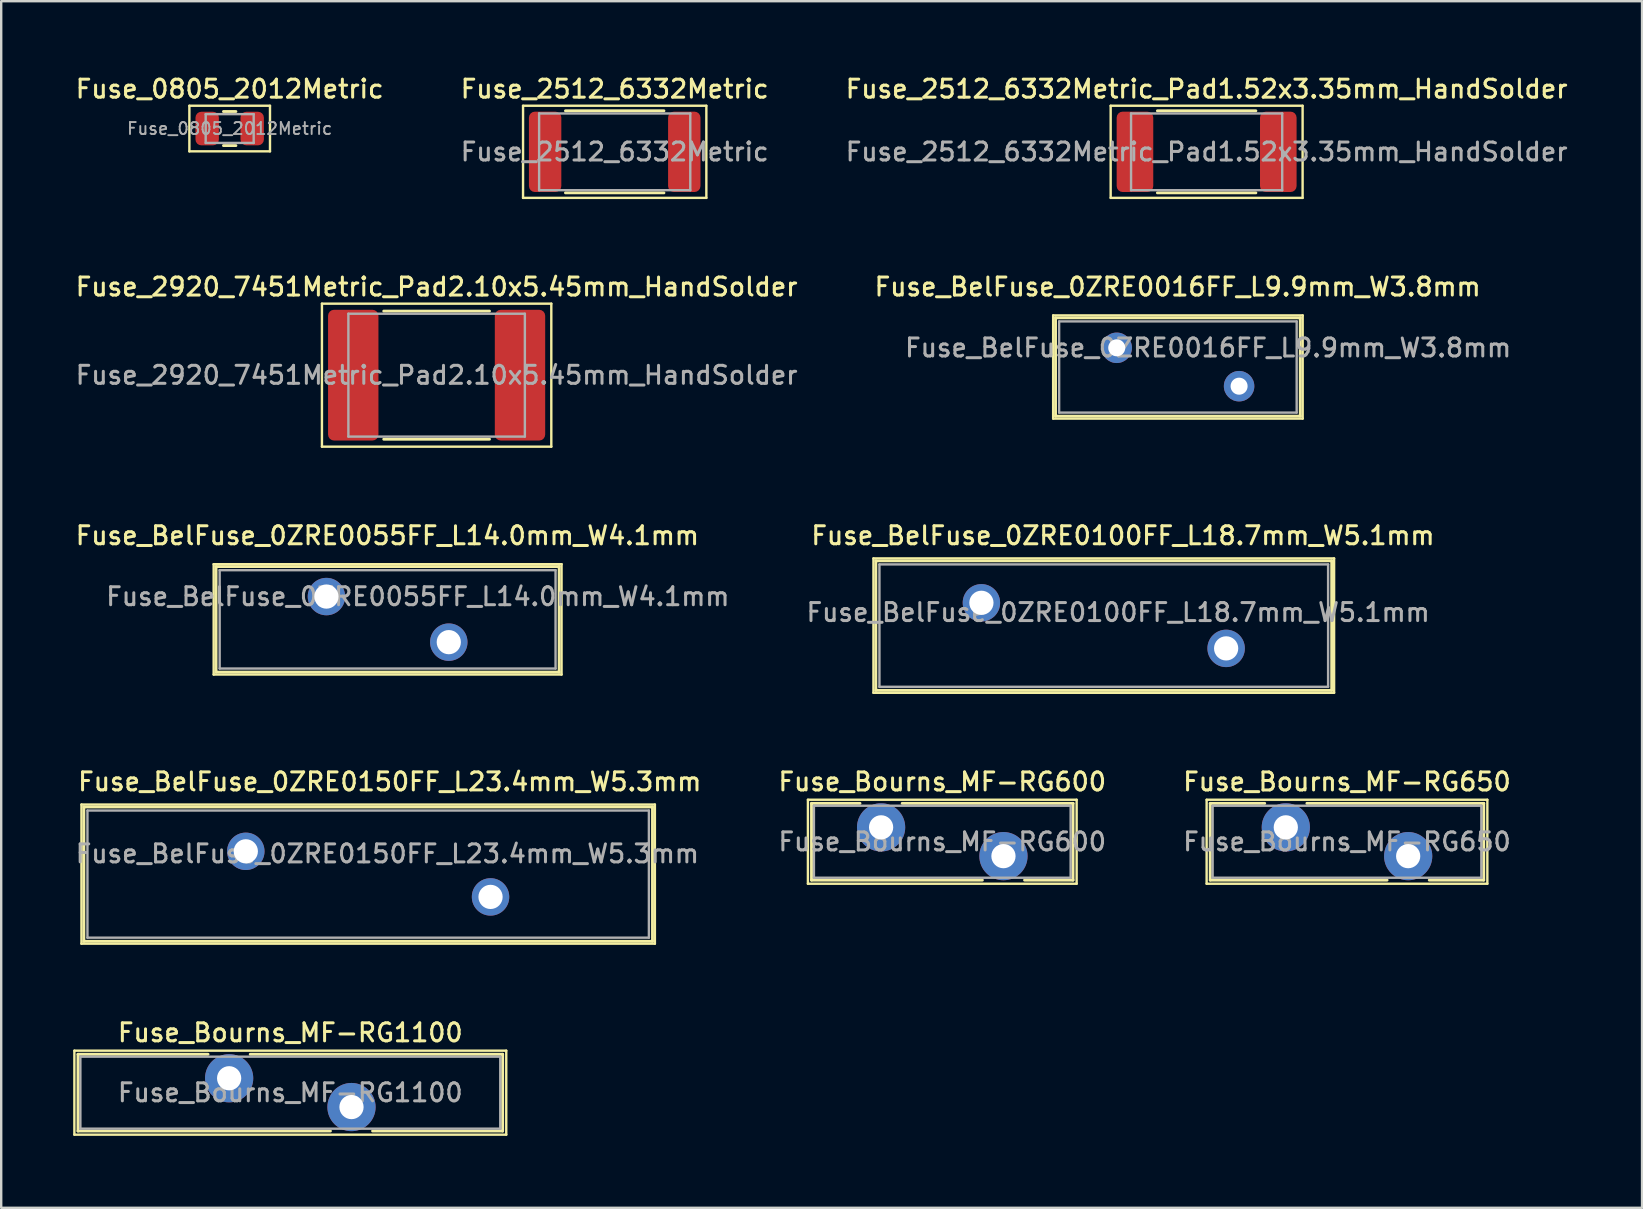
<source format=kicad_pcb>
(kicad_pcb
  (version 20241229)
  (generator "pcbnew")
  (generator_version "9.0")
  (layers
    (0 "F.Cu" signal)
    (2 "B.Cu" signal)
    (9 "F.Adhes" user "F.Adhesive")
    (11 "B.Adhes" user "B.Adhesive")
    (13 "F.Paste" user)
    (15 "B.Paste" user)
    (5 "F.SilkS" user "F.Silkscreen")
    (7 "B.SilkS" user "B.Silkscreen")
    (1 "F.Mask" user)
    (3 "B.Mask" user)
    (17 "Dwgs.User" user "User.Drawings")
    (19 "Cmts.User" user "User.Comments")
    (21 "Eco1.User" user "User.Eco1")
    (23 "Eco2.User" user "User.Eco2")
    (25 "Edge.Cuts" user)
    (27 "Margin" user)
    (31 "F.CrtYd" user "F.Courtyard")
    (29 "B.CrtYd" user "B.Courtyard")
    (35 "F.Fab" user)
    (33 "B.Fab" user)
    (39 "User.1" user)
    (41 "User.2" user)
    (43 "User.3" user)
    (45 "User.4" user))
  (footprint "Fuse_Bourns_MF-RG650"
    (layer "F.Cu")
    (at 50.541 31.433)
    (property "Reference" "Fuse_Bourns_MF-RG650" (at 2.55 -1.9 0) (layer "F.SilkS") (effects (font (size 0.75 0.75) (thickness 0.125))))
    (attr through_hole)
    (fp_line (start -3.3 -1.15) (end -3.3 2.35) (stroke (width 0.1) (type solid)) (layer "F.SilkS"))
    (fp_line (start -3.3 2.35) (end 8.4 2.35) (stroke (width 0.1) (type solid)) (layer "F.SilkS"))
    (fp_line (start -3.15 -1) (end -3.15 2.2) (stroke (width 0.12) (type solid)) (layer "F.SilkS"))
    (fp_line (start -3.15 -1) (end -0.879 -1) (stroke (width 0.12) (type solid)) (layer "F.SilkS"))
    (fp_line (start -3.15 2.2) (end 4.222 2.2) (stroke (width 0.12) (type solid)) (layer "F.SilkS"))
    (fp_line (start 0.879 -1) (end 8.25 -1) (stroke (width 0.12) (type solid)) (layer "F.SilkS"))
    (fp_line (start 5.979 2.2) (end 8.25 2.2) (stroke (width 0.12) (type solid)) (layer "F.SilkS"))
    (fp_line (start 8.25 -1) (end 8.25 2.2) (stroke (width 0.12) (type solid)) (layer "F.SilkS"))
    (fp_line (start 8.4 -1.15) (end -3.3 -1.15) (stroke (width 0.1) (type solid)) (layer "F.SilkS"))
    (fp_line (start 8.4 2.35) (end 8.4 -1.15) (stroke (width 0.1) (type solid)) (layer "F.SilkS"))
    (fp_line (start -3.05 -0.9) (end -3.05 2.1) (stroke (width 0.1) (type solid)) (layer "F.Fab"))
    (fp_line (start -3.05 2.1) (end 8.15 2.1) (stroke (width 0.1) (type solid)) (layer "F.Fab"))
    (fp_line (start 8.15 -0.9) (end -3.05 -0.9) (stroke (width 0.1) (type solid)) (layer "F.Fab"))
    (fp_line (start 8.15 2.1) (end 8.15 -0.9) (stroke (width 0.1) (type solid)) (layer "F.Fab"))
    (fp_text user "${REFERENCE}" (at 2.55 0.6 0) (layer "F.Fab") (effects (font (size 0.75 0.75) (thickness 0.125))))
    (pad "1" thru_hole circle (at 0 0) (size 2.01 2.01) (drill 1.01) (layers "*.Cu" "*.Mask"))
    (pad "2" thru_hole circle (at 5.1 1.2) (size 2.01 2.01) (drill 1.01) (layers "*.Cu" "*.Mask")))
  (footprint "Fuse_Bourns_MF-RG600"
    (layer "F.Cu")
    (at 33.673 31.433)
    (property "Reference" "Fuse_Bourns_MF-RG600" (at 2.55 -1.9 0) (layer "F.SilkS") (effects (font (size 0.75 0.75) (thickness 0.125))))
    (attr through_hole)
    (fp_line (start -3.05 -1.15) (end -3.05 2.35) (stroke (width 0.1) (type solid)) (layer "F.SilkS"))
    (fp_line (start -3.05 2.35) (end 8.15 2.35) (stroke (width 0.1) (type solid)) (layer "F.SilkS"))
    (fp_line (start -2.9 -1) (end -2.9 2.2) (stroke (width 0.12) (type solid)) (layer "F.SilkS"))
    (fp_line (start -2.9 -1) (end -0.879 -1) (stroke (width 0.12) (type solid)) (layer "F.SilkS"))
    (fp_line (start -2.9 2.2) (end 4.222 2.2) (stroke (width 0.12) (type solid)) (layer "F.SilkS"))
    (fp_line (start 0.879 -1) (end 8 -1) (stroke (width 0.12) (type solid)) (layer "F.SilkS"))
    (fp_line (start 5.979 2.2) (end 8 2.2) (stroke (width 0.12) (type solid)) (layer "F.SilkS"))
    (fp_line (start 8 -1) (end 8 2.2) (stroke (width 0.12) (type solid)) (layer "F.SilkS"))
    (fp_line (start 8.15 -1.15) (end -3.05 -1.15) (stroke (width 0.1) (type solid)) (layer "F.SilkS"))
    (fp_line (start 8.15 2.35) (end 8.15 -1.15) (stroke (width 0.1) (type solid)) (layer "F.SilkS"))
    (fp_line (start -2.8 -0.9) (end -2.8 2.1) (stroke (width 0.1) (type solid)) (layer "F.Fab"))
    (fp_line (start -2.8 2.1) (end 7.9 2.1) (stroke (width 0.1) (type solid)) (layer "F.Fab"))
    (fp_line (start 7.9 -0.9) (end -2.8 -0.9) (stroke (width 0.1) (type solid)) (layer "F.Fab"))
    (fp_line (start 7.9 2.1) (end 7.9 -0.9) (stroke (width 0.1) (type solid)) (layer "F.Fab"))
    (fp_text user "${REFERENCE}" (at 2.55 0.6 0) (layer "F.Fab") (effects (font (size 0.75 0.75) (thickness 0.125))))
    (pad "1" thru_hole circle (at 0 0) (size 2.01 2.01) (drill 1.01) (layers "*.Cu" "*.Mask"))
    (pad "2" thru_hole circle (at 5.1 1.2) (size 2.01 2.01) (drill 1.01) (layers "*.Cu" "*.Mask")))
  (footprint "Fuse_BelFuse_0ZRE0016FF_L9.9mm_W3.8mm"
    (layer "F.Cu")
    (at 43.494 11.446)
    (property "Reference" "Fuse_BelFuse_0ZRE0016FF_L9.9mm_W3.8mm" (at 2.54 -2.54 0) (layer "F.SilkS") (effects (font (size 0.75 0.75) (thickness 0.125))))
    (attr through_hole)
    (fp_line (start -2.65 -1.35) (end -2.65 2.95) (stroke (width 0.1) (type solid)) (layer "F.SilkS"))
    (fp_line (start -2.65 -1.35) (end 7.75 -1.35) (stroke (width 0.1) (type solid)) (layer "F.SilkS"))
    (fp_line (start -2.65 2.95) (end 7.75 2.95) (stroke (width 0.1) (type solid)) (layer "F.SilkS"))
    (fp_line (start -2.55 -1.25) (end -2.55 2.85) (stroke (width 0.12) (type solid)) (layer "F.SilkS"))
    (fp_line (start -2.55 -1.25) (end 7.65 -1.25) (stroke (width 0.12) (type solid)) (layer "F.SilkS"))
    (fp_line (start -2.55 2.85) (end 7.65 2.85) (stroke (width 0.12) (type solid)) (layer "F.SilkS"))
    (fp_line (start 7.65 -1.25) (end 7.65 2.85) (stroke (width 0.12) (type solid)) (layer "F.SilkS"))
    (fp_line (start 7.75 -1.35) (end 7.75 2.95) (stroke (width 0.1) (type solid)) (layer "F.SilkS"))
    (fp_line (start -2.4 -1.1) (end -2.4 2.7) (stroke (width 0.1) (type solid)) (layer "F.Fab"))
    (fp_line (start -2.4 -1.1) (end 7.5 -1.1) (stroke (width 0.1) (type solid)) (layer "F.Fab"))
    (fp_line (start -2.4 2.7) (end 7.5 2.7) (stroke (width 0.1) (type solid)) (layer "F.Fab"))
    (fp_line (start 7.5 -1.1) (end 7.5 2.7) (stroke (width 0.1) (type solid)) (layer "F.Fab"))
    (fp_text user "${REFERENCE}" (at 3.81 0 0) (layer "F.Fab") (effects (font (size 0.75 0.75) (thickness 0.125))))
    (pad "1" thru_hole circle (at 0 0) (size 1.27 1.27) (drill 0.71) (layers "*.Cu" "*.Mask"))
    (pad "2" thru_hole circle (at 5.1 1.6) (size 1.27 1.27) (drill 0.71) (layers "*.Cu" "*.Mask")))
  (footprint "Fuse_2512_6332Metric"
    (layer "F.Cu")
    (at 22.57 3.278)
    (property "Reference" "Fuse_2512_6332Metric" (at 0 -2.62 0) (layer "F.SilkS") (effects (font (size 0.75 0.75) (thickness 0.125))))
    (attr smd)
    (fp_line (start -3.82 -1.92) (end 3.82 -1.92) (stroke (width 0.1) (type solid)) (layer "F.SilkS"))
    (fp_line (start -3.82 1.92) (end -3.82 -1.92) (stroke (width 0.1) (type solid)) (layer "F.SilkS"))
    (fp_line (start -2.052 -1.71) (end 2.052 -1.71) (stroke (width 0.12) (type solid)) (layer "F.SilkS"))
    (fp_line (start -2.052 1.71) (end 2.052 1.71) (stroke (width 0.12) (type solid)) (layer "F.SilkS"))
    (fp_line (start 3.82 -1.92) (end 3.82 1.92) (stroke (width 0.1) (type solid)) (layer "F.SilkS"))
    (fp_line (start 3.82 1.92) (end -3.82 1.92) (stroke (width 0.1) (type solid)) (layer "F.SilkS"))
    (fp_line (start -3.15 -1.6) (end 3.15 -1.6) (stroke (width 0.1) (type solid)) (layer "F.Fab"))
    (fp_line (start -3.15 1.6) (end -3.15 -1.6) (stroke (width 0.1) (type solid)) (layer "F.Fab"))
    (fp_line (start 3.15 -1.6) (end 3.15 1.6) (stroke (width 0.1) (type solid)) (layer "F.Fab"))
    (fp_line (start 3.15 1.6) (end -3.15 1.6) (stroke (width 0.1) (type solid)) (layer "F.Fab"))
    (fp_text user "${REFERENCE}" (at 0 0 0) (layer "F.Fab") (effects (font (size 0.75 0.75) (thickness 0.125))))
    (pad "1" smd roundrect (at -2.9 0) (size 1.35 3.35) (layers "F.Cu" "F.Mask" "F.Paste") (roundrect_rratio 0.185))
    (pad "2" smd roundrect (at 2.9 0) (size 1.35 3.35) (layers "F.Cu" "F.Mask" "F.Paste") (roundrect_rratio 0.185)))
  (footprint "Fuse_BelFuse_0ZRE0055FF_L14.0mm_W4.1mm"
    (layer "F.Cu")
    (at 10.555 21.814)
    (property "Reference" "Fuse_BelFuse_0ZRE0055FF_L14.0mm_W4.1mm" (at 2.54 -2.54 0) (layer "F.SilkS") (effects (font (size 0.75 0.75) (thickness 0.125))))
    (attr through_hole)
    (fp_line (start -4.7 -1.35) (end -4.7 3.25) (stroke (width 0.1) (type solid)) (layer "F.SilkS"))
    (fp_line (start -4.7 -1.35) (end 9.8 -1.35) (stroke (width 0.1) (type solid)) (layer "F.SilkS"))
    (fp_line (start -4.7 3.25) (end 9.8 3.25) (stroke (width 0.1) (type solid)) (layer "F.SilkS"))
    (fp_line (start -4.6 -1.25) (end -4.6 3.15) (stroke (width 0.12) (type solid)) (layer "F.SilkS"))
    (fp_line (start -4.6 -1.25) (end 9.7 -1.25) (stroke (width 0.12) (type solid)) (layer "F.SilkS"))
    (fp_line (start -4.6 3.15) (end 9.7 3.15) (stroke (width 0.12) (type solid)) (layer "F.SilkS"))
    (fp_line (start 9.7 -1.25) (end 9.7 3.15) (stroke (width 0.12) (type solid)) (layer "F.SilkS"))
    (fp_line (start 9.8 -1.35) (end 9.8 3.25) (stroke (width 0.1) (type solid)) (layer "F.SilkS"))
    (fp_line (start -4.45 -1.1) (end -4.45 3) (stroke (width 0.1) (type solid)) (layer "F.Fab"))
    (fp_line (start -4.45 -1.1) (end 9.55 -1.1) (stroke (width 0.1) (type solid)) (layer "F.Fab"))
    (fp_line (start -4.45 3) (end 9.55 3) (stroke (width 0.1) (type solid)) (layer "F.Fab"))
    (fp_line (start 9.55 -1.1) (end 9.55 3) (stroke (width 0.1) (type solid)) (layer "F.Fab"))
    (fp_text user "${REFERENCE}" (at 3.81 0 0) (layer "F.Fab") (effects (font (size 0.75 0.75) (thickness 0.125))))
    (pad "1" thru_hole circle (at 0 0) (size 1.56 1.56) (drill 1.01) (layers "*.Cu" "*.Mask"))
    (pad "2" thru_hole circle (at 5.1 1.9) (size 1.56 1.56) (drill 1.01) (layers "*.Cu" "*.Mask")))
  (footprint "Fuse_BelFuse_0ZRE0150FF_L23.4mm_W5.3mm"
    (layer "F.Cu")
    (at 7.195 32.432)
    (property "Reference" "Fuse_BelFuse_0ZRE0150FF_L23.4mm_W5.3mm" (at 6 -2.9 0) (layer "F.SilkS") (effects (font (size 0.75 0.75) (thickness 0.125))))
    (attr through_hole)
    (fp_line (start -6.85 -1.95) (end -6.85 3.85) (stroke (width 0.1) (type solid)) (layer "F.SilkS"))
    (fp_line (start -6.85 -1.95) (end 17.05 -1.95) (stroke (width 0.1) (type solid)) (layer "F.SilkS"))
    (fp_line (start -6.85 3.85) (end 17.05 3.85) (stroke (width 0.1) (type solid)) (layer "F.SilkS"))
    (fp_line (start -6.75 -1.85) (end -6.75 3.75) (stroke (width 0.12) (type solid)) (layer "F.SilkS"))
    (fp_line (start -6.75 -1.85) (end 16.95 -1.85) (stroke (width 0.12) (type solid)) (layer "F.SilkS"))
    (fp_line (start -6.75 3.75) (end 16.95 3.75) (stroke (width 0.12) (type solid)) (layer "F.SilkS"))
    (fp_line (start 16.95 -1.85) (end 16.95 3.75) (stroke (width 0.12) (type solid)) (layer "F.SilkS"))
    (fp_line (start 17.05 -1.95) (end 17.05 3.85) (stroke (width 0.1) (type solid)) (layer "F.SilkS"))
    (fp_line (start -6.6 -1.7) (end -6.6 3.6) (stroke (width 0.1) (type solid)) (layer "F.Fab"))
    (fp_line (start -6.6 -1.7) (end 16.8 -1.7) (stroke (width 0.1) (type solid)) (layer "F.Fab"))
    (fp_line (start -6.6 3.6) (end 16.8 3.6) (stroke (width 0.1) (type solid)) (layer "F.Fab"))
    (fp_line (start 16.8 -1.7) (end 16.8 3.6) (stroke (width 0.1) (type solid)) (layer "F.Fab"))
    (fp_text user "${REFERENCE}" (at 5.9 0.1 0) (layer "F.Fab") (effects (font (size 0.75 0.75) (thickness 0.125))))
    (pad "1" thru_hole circle (at 0 0) (size 1.56 1.56) (drill 1.01) (layers "*.Cu" "*.Mask"))
    (pad "2" thru_hole circle (at 10.2 1.9) (size 1.56 1.56) (drill 1.01) (layers "*.Cu" "*.Mask")))
  (footprint "Fuse_BelFuse_0ZRE0100FF_L18.7mm_W5.1mm"
    (layer "F.Cu")
    (at 37.854 22.074)
    (property "Reference" "Fuse_BelFuse_0ZRE0100FF_L18.7mm_W5.1mm" (at 5.9 -2.8 0) (layer "F.SilkS") (effects (font (size 0.75 0.75) (thickness 0.125))))
    (attr through_hole)
    (fp_line (start -4.5 -1.85) (end -4.5 3.75) (stroke (width 0.1) (type solid)) (layer "F.SilkS"))
    (fp_line (start -4.5 -1.85) (end 14.7 -1.85) (stroke (width 0.1) (type solid)) (layer "F.SilkS"))
    (fp_line (start -4.5 3.75) (end 14.7 3.75) (stroke (width 0.1) (type solid)) (layer "F.SilkS"))
    (fp_line (start -4.4 -1.75) (end -4.4 3.65) (stroke (width 0.12) (type solid)) (layer "F.SilkS"))
    (fp_line (start -4.4 -1.75) (end 14.6 -1.75) (stroke (width 0.12) (type solid)) (layer "F.SilkS"))
    (fp_line (start -4.4 3.65) (end 14.6 3.65) (stroke (width 0.12) (type solid)) (layer "F.SilkS"))
    (fp_line (start 14.6 -1.75) (end 14.6 3.65) (stroke (width 0.12) (type solid)) (layer "F.SilkS"))
    (fp_line (start 14.7 -1.85) (end 14.7 3.75) (stroke (width 0.1) (type solid)) (layer "F.SilkS"))
    (fp_line (start -4.25 -1.6) (end -4.25 3.5) (stroke (width 0.1) (type solid)) (layer "F.Fab"))
    (fp_line (start -4.25 -1.6) (end 14.45 -1.6) (stroke (width 0.1) (type solid)) (layer "F.Fab"))
    (fp_line (start -4.25 3.5) (end 14.45 3.5) (stroke (width 0.1) (type solid)) (layer "F.Fab"))
    (fp_line (start 14.45 -1.6) (end 14.45 3.5) (stroke (width 0.1) (type solid)) (layer "F.Fab"))
    (fp_text user "${REFERENCE}" (at 5.7 0.4 0) (layer "F.Fab") (effects (font (size 0.75 0.75) (thickness 0.125))))
    (pad "1" thru_hole circle (at 0 0) (size 1.56 1.56) (drill 1.01) (layers "*.Cu" "*.Mask"))
    (pad "2" thru_hole circle (at 10.2 1.9) (size 1.56 1.56) (drill 1.01) (layers "*.Cu" "*.Mask")))
  (footprint "Fuse_Bourns_MF-RG1100"
    (layer "F.Cu")
    (at 6.5 41.891)
    (property "Reference" "Fuse_Bourns_MF-RG1100" (at 2.55 -1.9 0) (layer "F.SilkS") (effects (font (size 0.75 0.75) (thickness 0.125))))
    (attr through_hole)
    (fp_line (start -6.45 -1.15) (end -6.45 2.35) (stroke (width 0.1) (type solid)) (layer "F.SilkS"))
    (fp_line (start -6.45 2.35) (end 11.55 2.35) (stroke (width 0.1) (type solid)) (layer "F.SilkS"))
    (fp_line (start -6.3 -1) (end -6.3 2.2) (stroke (width 0.12) (type solid)) (layer "F.SilkS"))
    (fp_line (start -6.3 -1) (end -0.879 -1) (stroke (width 0.12) (type solid)) (layer "F.SilkS"))
    (fp_line (start -6.3 2.2) (end 4.222 2.2) (stroke (width 0.12) (type solid)) (layer "F.SilkS"))
    (fp_line (start 0.879 -1) (end 11.4 -1) (stroke (width 0.12) (type solid)) (layer "F.SilkS"))
    (fp_line (start 5.979 2.2) (end 11.4 2.2) (stroke (width 0.12) (type solid)) (layer "F.SilkS"))
    (fp_line (start 11.4 -1) (end 11.4 2.2) (stroke (width 0.12) (type solid)) (layer "F.SilkS"))
    (fp_line (start 11.55 -1.15) (end -6.45 -1.15) (stroke (width 0.1) (type solid)) (layer "F.SilkS"))
    (fp_line (start 11.55 2.35) (end 11.55 -1.15) (stroke (width 0.1) (type solid)) (layer "F.SilkS"))
    (fp_line (start -6.2 -0.9) (end -6.2 2.1) (stroke (width 0.1) (type solid)) (layer "F.Fab"))
    (fp_line (start -6.2 2.1) (end 11.3 2.1) (stroke (width 0.1) (type solid)) (layer "F.Fab"))
    (fp_line (start 11.3 -0.9) (end -6.2 -0.9) (stroke (width 0.1) (type solid)) (layer "F.Fab"))
    (fp_line (start 11.3 2.1) (end 11.3 -0.9) (stroke (width 0.1) (type solid)) (layer "F.Fab"))
    (fp_text user "${REFERENCE}" (at 2.55 0.6 0) (layer "F.Fab") (effects (font (size 0.75 0.75) (thickness 0.125))))
    (pad "1" thru_hole circle (at 0 0) (size 2.01 2.01) (drill 1.01) (layers "*.Cu" "*.Mask"))
    (pad "2" thru_hole circle (at 5.1 1.2) (size 2.01 2.01) (drill 1.01) (layers "*.Cu" "*.Mask")))
  (footprint "Fuse_2920_7451Metric_Pad2.10x5.45mm_HandSolder"
    (layer "F.Cu")
    (at 15.148 12.586)
    (property "Reference" "Fuse_2920_7451Metric_Pad2.10x5.45mm_HandSolder" (at 0 -3.68 0) (layer "F.SilkS") (effects (font (size 0.75 0.75) (thickness 0.125))))
    (attr smd)
    (fp_line (start -4.78 -2.98) (end 4.78 -2.98) (stroke (width 0.1) (type solid)) (layer "F.SilkS"))
    (fp_line (start -4.78 2.98) (end -4.78 -2.98) (stroke (width 0.1) (type solid)) (layer "F.SilkS"))
    (fp_line (start -2.204 -2.67) (end 2.204 -2.67) (stroke (width 0.12) (type solid)) (layer "F.SilkS"))
    (fp_line (start -2.204 2.67) (end 2.204 2.67) (stroke (width 0.12) (type solid)) (layer "F.SilkS"))
    (fp_line (start 4.78 -2.98) (end 4.78 2.98) (stroke (width 0.1) (type solid)) (layer "F.SilkS"))
    (fp_line (start 4.78 2.98) (end -4.78 2.98) (stroke (width 0.1) (type solid)) (layer "F.SilkS"))
    (fp_line (start -3.678 -2.56) (end 3.678 -2.56) (stroke (width 0.1) (type solid)) (layer "F.Fab"))
    (fp_line (start -3.678 2.56) (end -3.678 -2.56) (stroke (width 0.1) (type solid)) (layer "F.Fab"))
    (fp_line (start 3.678 -2.56) (end 3.678 2.56) (stroke (width 0.1) (type solid)) (layer "F.Fab"))
    (fp_line (start 3.678 2.56) (end -3.678 2.56) (stroke (width 0.1) (type solid)) (layer "F.Fab"))
    (fp_text user "${REFERENCE}" (at 0 0 0) (layer "F.Fab") (effects (font (size 0.75 0.75) (thickness 0.125))))
    (pad "1" smd roundrect (at -3.475 0) (size 2.1 5.45) (layers "F.Cu" "F.Mask" "F.Paste") (roundrect_rratio 0.119))
    (pad "2" smd roundrect (at 3.475 0) (size 2.1 5.45) (layers "F.Cu" "F.Mask" "F.Paste") (roundrect_rratio 0.119)))
  (footprint "Fuse_0805_2012Metric"
    (layer "F.Cu")
    (at 6.523 2.308)
    (property "Reference" "Fuse_0805_2012Metric" (at 0 -1.65 0) (layer "F.SilkS") (effects (font (size 0.75 0.75) (thickness 0.125))))
    (attr smd)
    (fp_line (start -1.68 -0.95) (end 1.68 -0.95) (stroke (width 0.1) (type solid)) (layer "F.SilkS"))
    (fp_line (start -1.68 0.95) (end -1.68 -0.95) (stroke (width 0.1) (type solid)) (layer "F.SilkS"))
    (fp_line (start -0.259 -0.71) (end 0.259 -0.71) (stroke (width 0.12) (type solid)) (layer "F.SilkS"))
    (fp_line (start -0.259 0.71) (end 0.259 0.71) (stroke (width 0.12) (type solid)) (layer "F.SilkS"))
    (fp_line (start 1.68 -0.95) (end 1.68 0.95) (stroke (width 0.1) (type solid)) (layer "F.SilkS"))
    (fp_line (start 1.68 0.95) (end -1.68 0.95) (stroke (width 0.1) (type solid)) (layer "F.SilkS"))
    (fp_line (start -1 -0.6) (end 1 -0.6) (stroke (width 0.1) (type solid)) (layer "F.Fab"))
    (fp_line (start -1 0.6) (end -1 -0.6) (stroke (width 0.1) (type solid)) (layer "F.Fab"))
    (fp_line (start 1 -0.6) (end 1 0.6) (stroke (width 0.1) (type solid)) (layer "F.Fab"))
    (fp_line (start 1 0.6) (end -1 0.6) (stroke (width 0.1) (type solid)) (layer "F.Fab"))
    (fp_text user "${REFERENCE}" (at 0 0 0) (layer "F.Fab") (effects (font (size 0.5 0.5) (thickness 0.08))))
    (pad "1" smd roundrect (at -0.938 0) (size 0.975 1.4) (layers "F.Cu" "F.Mask" "F.Paste") (roundrect_rratio 0.25))
    (pad "2" smd roundrect (at 0.938 0) (size 0.975 1.4) (layers "F.Cu" "F.Mask" "F.Paste") (roundrect_rratio 0.25)))
  (footprint "Fuse_2512_6332Metric_Pad1.52x3.35mm_HandSolder"
    (layer "F.Cu")
    (at 47.241 3.278)
    (property "Reference" "Fuse_2512_6332Metric_Pad1.52x3.35mm_HandSolder" (at 0 -2.62 0) (layer "F.SilkS") (effects (font (size 0.75 0.75) (thickness 0.125))))
    (attr smd)
    (fp_line (start -4 -1.92) (end 4 -1.92) (stroke (width 0.1) (type solid)) (layer "F.SilkS"))
    (fp_line (start -4 1.92) (end -4 -1.92) (stroke (width 0.1) (type solid)) (layer "F.SilkS"))
    (fp_line (start -2.052 -1.71) (end 2.052 -1.71) (stroke (width 0.12) (type solid)) (layer "F.SilkS"))
    (fp_line (start -2.052 1.71) (end 2.052 1.71) (stroke (width 0.12) (type solid)) (layer "F.SilkS"))
    (fp_line (start 4 -1.92) (end 4 1.92) (stroke (width 0.1) (type solid)) (layer "F.SilkS"))
    (fp_line (start 4 1.92) (end -4 1.92) (stroke (width 0.1) (type solid)) (layer "F.SilkS"))
    (fp_line (start -3.15 -1.6) (end 3.15 -1.6) (stroke (width 0.1) (type solid)) (layer "F.Fab"))
    (fp_line (start -3.15 1.6) (end -3.15 -1.6) (stroke (width 0.1) (type solid)) (layer "F.Fab"))
    (fp_line (start 3.15 -1.6) (end 3.15 1.6) (stroke (width 0.1) (type solid)) (layer "F.Fab"))
    (fp_line (start 3.15 1.6) (end -3.15 1.6) (stroke (width 0.1) (type solid)) (layer "F.Fab"))
    (fp_text user "${REFERENCE}" (at 0 0 0) (layer "F.Fab") (effects (font (size 0.75 0.75) (thickness 0.125))))
    (pad "1" smd roundrect (at -2.987 0) (size 1.525 3.35) (layers "F.Cu" "F.Mask" "F.Paste") (roundrect_rratio 0.164))
    (pad "2" smd roundrect (at 2.987 0) (size 1.525 3.35) (layers "F.Cu" "F.Mask" "F.Paste") (roundrect_rratio 0.164)))
  (gr_rect
    (start -3 -3)
    (end 65.389 47.291)
    (stroke (width 0.1) (type default))
    (fill no)
    (layer "Edge.Cuts")))
</source>
